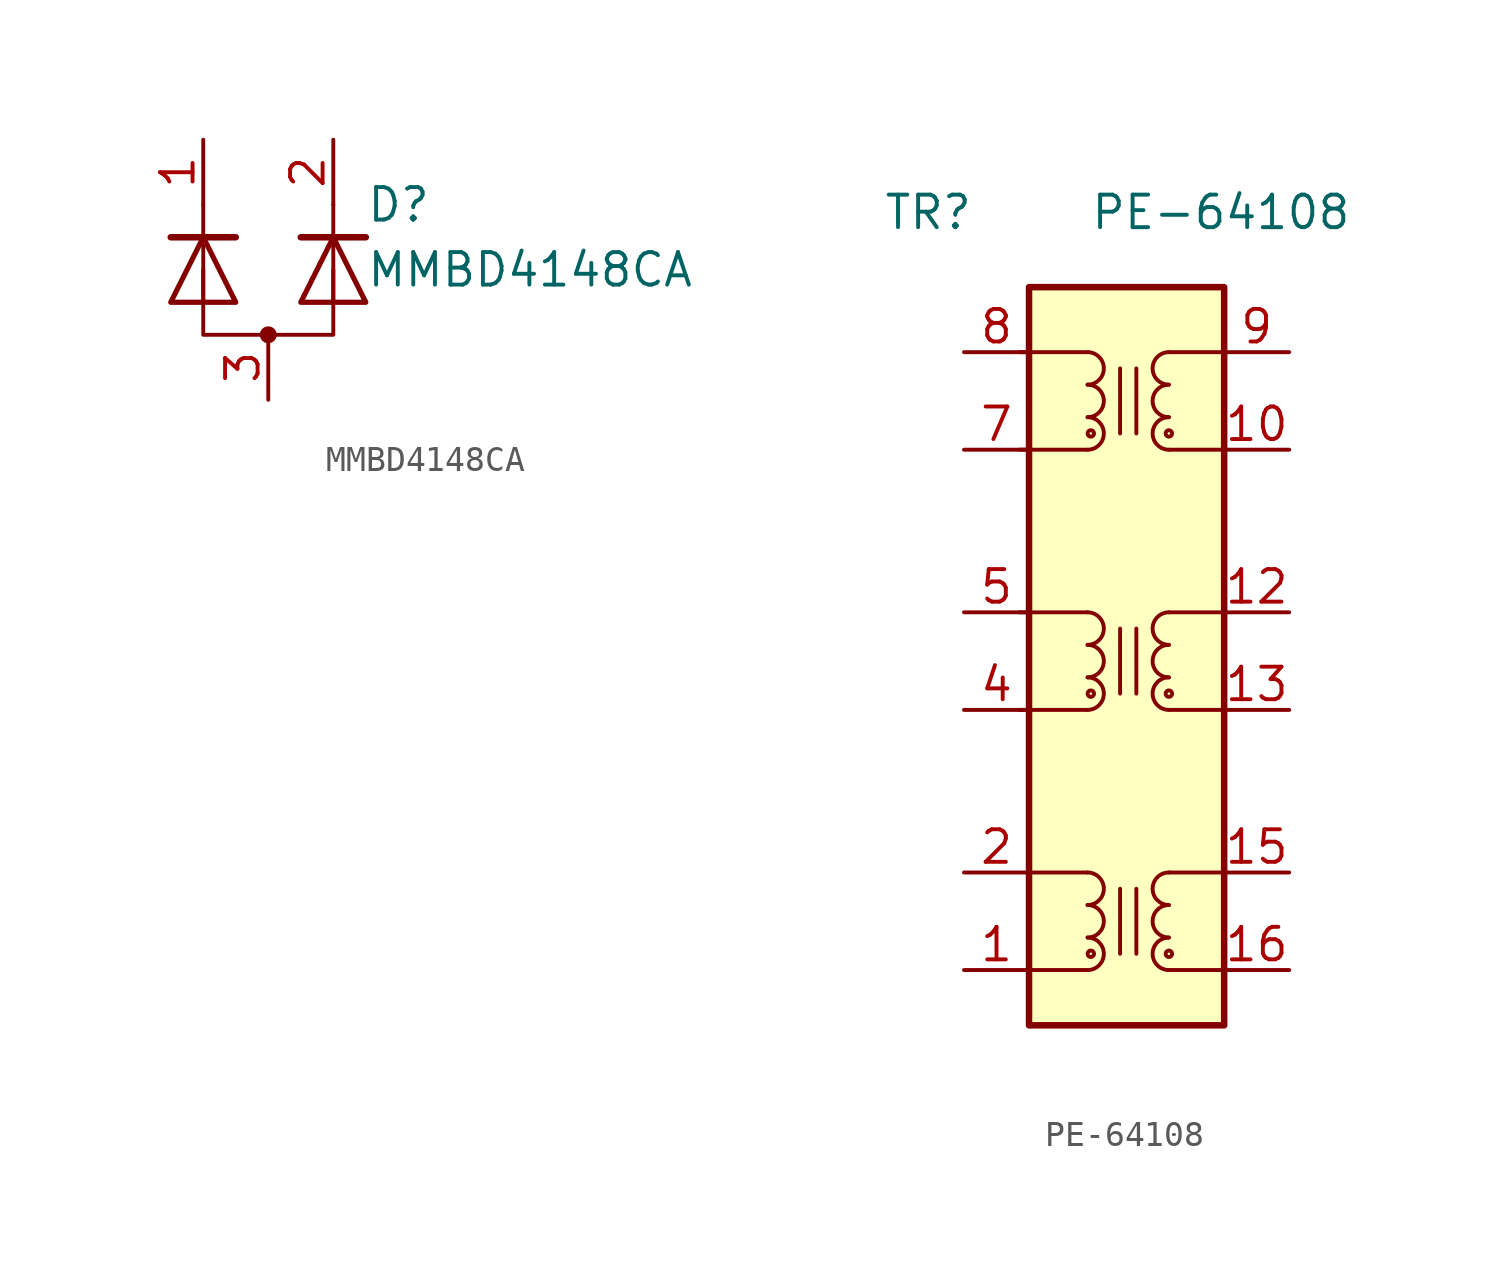
<source format=kicad_sym>
(kicad_symbol_lib
  (version 20220914)
  (generator kicad_symbol_editor)
  (symbol "MMBD4148CA"
    (pin_names
      (offset 1.016) hide)
    (property "Reference" "D"
      (at 3.81 2.54 0)
      (effects (font (size 1.27 1.27)) (justify left)))
    (property "Value" "MMBD4148CA"
      (at 3.81 0 0)
      (effects (font (size 1.27 1.27)) (justify left)))
    (symbol "MMBD4148CA_0_1"
      (circle (center 0 -2.54) (radius 0.254) (stroke (width 0) (type default)) (fill (type outline)))
      (polyline (pts (xy -2.54 -1.27) (xy -2.54 2.54)) (stroke (width 0) (type default)) (fill (type none)))
      (polyline (pts (xy 2.54 -1.27) (xy 2.54 2.54)) (stroke (width 0) (type default)) (fill (type none)))
      (polyline (pts (xy -3.81 1.27) (xy -1.27 1.27) (xy -1.27 1.27)) (stroke (width 0.254) (type default)) (fill (type none)))
      (polyline (pts (xy -2.54 0) (xy -2.54 -2.54) (xy 2.54 -2.54) (xy 2.54 0)) (stroke (width 0) (type default)) (fill (type none))))
    (symbol "MMBD4148CA_1_1"
      (polyline (pts (xy 3.81 1.27) (xy 1.27 1.27)) (stroke (width 0.254) (type default)) (fill (type none)))
      (polyline (pts (xy -3.81 -1.27) (xy -1.27 -1.27) (xy -2.54 1.27) (xy -3.81 -1.27)) (stroke (width 0.203) (type default)) (fill (type none)))
      (polyline (pts (xy 1.27 -1.27) (xy 3.81 -1.27) (xy 2.54 1.27) (xy 1.27 -1.27)) (stroke (width 0.203) (type default)) (fill (type none)))
      (pin passive line (at -2.54 5.08 270) (length 2.54) (name "K" (effects (font (size 1.27 1.27)))) (number "1" (effects (font (size 1.27 1.27)))))
      (pin passive line (at 2.54 5.08 270) (length 2.54) (name "K" (effects (font (size 1.27 1.27)))) (number "2" (effects (font (size 1.27 1.27)))))
      (pin passive line (at 0 -5.08 90) (length 2.54) (name "A" (effects (font (size 1.27 1.27)))) (number "3" (effects (font (size 1.27 1.27)))))))
  (symbol "PE-64108"
    (pin_names hide)
    (property "Reference" "TR"
      (at -7.747 16.891 0)
      (effects (font (size 1.27 1.27))))
    (property "Value" "PE-64108"
      (at 3.683 16.891 0)
      (effects (font (size 1.27 1.27))))
    (symbol "PE-64108_0_1"
      (rectangle (start -3.81 13.97) (end 3.81 -14.859) (stroke (width 0.254) (type default)) (fill (type background))))
    (symbol "PE-64108_1_1"
      (arc (start -1.524 -12.7) (mid -0.892 -12.065) (end -1.524 -11.43) (stroke (width 0) (type default)) (fill (type none)))
      (arc (start -1.524 -11.43) (mid -0.892 -10.795) (end -1.524 -10.16) (stroke (width 0) (type default)) (fill (type none)))
      (arc (start -1.524 -10.16) (mid -0.892 -9.525) (end -1.524 -8.89) (stroke (width 0) (type default)) (fill (type none)))
      (arc (start -1.524 -2.54) (mid -0.892 -1.905) (end -1.524 -1.27) (stroke (width 0) (type default)) (fill (type none)))
      (arc (start -1.524 -1.27) (mid -0.892 -0.635) (end -1.524 0) (stroke (width 0) (type default)) (fill (type none)))
      (arc (start -1.524 0) (mid -0.892 0.635) (end -1.524 1.27) (stroke (width 0) (type default)) (fill (type none)))
      (arc (start -1.524 7.62) (mid -0.892 8.255) (end -1.524 8.89) (stroke (width 0) (type default)) (fill (type none)))
      (arc (start -1.524 8.89) (mid -0.892 9.525) (end -1.524 10.16) (stroke (width 0) (type default)) (fill (type none)))
      (arc (start -1.524 10.16) (mid -0.892 10.795) (end -1.524 11.43) (stroke (width 0) (type default)) (fill (type none)))
      (circle (center -1.397 -12.065) (radius 0.127) (stroke (width 0) (type default)) (fill (type none)))
      (circle (center -1.397 -1.905) (radius 0.127) (stroke (width 0) (type default)) (fill (type none)))
      (circle (center -1.397 8.255) (radius 0.127) (stroke (width 0) (type default)) (fill (type none)))
      (polyline (pts (xy -4.191 -2.54) (xy -1.524 -2.54)) (stroke (width 0) (type default)) (fill (type none)))
      (polyline (pts (xy -4.191 1.27) (xy -1.524 1.27)) (stroke (width 0) (type default)) (fill (type none)))
      (polyline (pts (xy -4.191 7.62) (xy -1.524 7.62)) (stroke (width 0) (type default)) (fill (type none)))
      (polyline (pts (xy -4.191 11.43) (xy -1.524 11.43)) (stroke (width 0) (type default)) (fill (type none)))
      (polyline (pts (xy -3.81 -12.7) (xy -1.524 -12.7)) (stroke (width 0) (type default)) (fill (type none)))
      (polyline (pts (xy -3.81 -8.89) (xy -1.524 -8.89)) (stroke (width 0) (type default)) (fill (type none)))
      (polyline (pts (xy -0.254 -9.525) (xy -0.254 -12.065)) (stroke (width 0) (type default)) (fill (type none)))
      (polyline (pts (xy -0.254 0.635) (xy -0.254 -1.905)) (stroke (width 0) (type default)) (fill (type none)))
      (polyline (pts (xy -0.254 10.795) (xy -0.254 8.255)) (stroke (width 0) (type default)) (fill (type none)))
      (polyline (pts (xy 0.381 -9.525) (xy 0.381 -12.065)) (stroke (width 0) (type default)) (fill (type none)))
      (polyline (pts (xy 0.381 0.635) (xy 0.381 -1.905)) (stroke (width 0) (type default)) (fill (type none)))
      (polyline (pts (xy 0.381 10.795) (xy 0.381 8.255)) (stroke (width 0) (type default)) (fill (type none)))
      (polyline (pts (xy 3.81 -12.7) (xy 1.651 -12.7)) (stroke (width 0) (type default)) (fill (type none)))
      (polyline (pts (xy 3.81 -8.89) (xy 1.651 -8.89)) (stroke (width 0) (type default)) (fill (type none)))
      (polyline (pts (xy 3.81 -2.54) (xy 1.651 -2.54)) (stroke (width 0) (type default)) (fill (type none)))
      (polyline (pts (xy 3.81 1.27) (xy 1.651 1.27)) (stroke (width 0) (type default)) (fill (type none)))
      (polyline (pts (xy 3.81 7.62) (xy 1.651 7.62)) (stroke (width 0) (type default)) (fill (type none)))
      (polyline (pts (xy 3.81 11.43) (xy 1.651 11.43)) (stroke (width 0) (type default)) (fill (type none)))
      (circle (center 1.651 -12.065) (radius 0.127) (stroke (width 0) (type default)) (fill (type none)))
      (arc (start 1.651 -11.43) (mid 1.019 -12.065) (end 1.651 -12.7) (stroke (width 0) (type default)) (fill (type none)))
      (arc (start 1.651 -10.16) (mid 1.019 -10.795) (end 1.651 -11.43) (stroke (width 0) (type default)) (fill (type none)))
      (arc (start 1.651 -8.89) (mid 1.019 -9.525) (end 1.651 -10.16) (stroke (width 0) (type default)) (fill (type none)))
      (circle (center 1.651 -1.905) (radius 0.127) (stroke (width 0) (type default)) (fill (type none)))
      (arc (start 1.651 -1.27) (mid 1.019 -1.905) (end 1.651 -2.54) (stroke (width 0) (type default)) (fill (type none)))
      (arc (start 1.651 0) (mid 1.019 -0.635) (end 1.651 -1.27) (stroke (width 0) (type default)) (fill (type none)))
      (arc (start 1.651 1.27) (mid 1.019 0.635) (end 1.651 0) (stroke (width 0) (type default)) (fill (type none)))
      (circle (center 1.651 8.255) (radius 0.127) (stroke (width 0) (type default)) (fill (type none)))
      (arc (start 1.651 8.89) (mid 1.019 8.255) (end 1.651 7.62) (stroke (width 0) (type default)) (fill (type none)))
      (arc (start 1.651 10.16) (mid 1.019 9.525) (end 1.651 8.89) (stroke (width 0) (type default)) (fill (type none)))
      (arc (start 1.651 11.43) (mid 1.019 10.795) (end 1.651 10.16) (stroke (width 0) (type default)) (fill (type none)))
      (pin passive line (at -6.35 -12.7 0) (length 2.54) (name "MX1+" (effects (font (size 1.27 1.27)))) (number "1" (effects (font (size 1.27 1.27)))))
      (pin passive line (at 6.35 7.62 180) (length 2.54) (name "TD3+" (effects (font (size 1.27 1.27)))) (number "10" (effects (font (size 1.27 1.27)))))
      (pin no_connect line (at 6.35 5.08 180) (length 2.54) hide (name "NC" (effects (font (size 1.27 1.27)))) (number "11" (effects (font (size 1.27 1.27)))))
      (pin passive line (at 6.35 1.27 180) (length 2.54) (name "TD2-" (effects (font (size 1.27 1.27)))) (number "12" (effects (font (size 1.27 1.27)))))
      (pin passive line (at 6.35 -2.54 180) (length 2.54) (name "TD2+" (effects (font (size 1.27 1.27)))) (number "13" (effects (font (size 1.27 1.27)))))
      (pin no_connect line (at 6.35 -5.08 180) (length 2.54) hide (name "NC" (effects (font (size 1.27 1.27)))) (number "14" (effects (font (size 1.27 1.27)))))
      (pin passive line (at 6.35 -8.89 180) (length 2.54) (name "TD1-" (effects (font (size 1.27 1.27)))) (number "15" (effects (font (size 1.27 1.27)))))
      (pin passive line (at 6.35 -12.7 180) (length 2.54) (name "TD1+" (effects (font (size 1.27 1.27)))) (number "16" (effects (font (size 1.27 1.27)))))
      (pin passive line (at -6.35 -8.89 0) (length 2.54) (name "MX1-" (effects (font (size 1.27 1.27)))) (number "2" (effects (font (size 1.27 1.27)))))
      (pin no_connect line (at -6.35 -5.08 0) (length 2.54) hide (name "NC" (effects (font (size 1.27 1.27)))) (number "3" (effects (font (size 1.27 1.27)))))
      (pin passive line (at -6.35 -2.54 0) (length 2.54) (name "MX2+" (effects (font (size 1.27 1.27)))) (number "4" (effects (font (size 1.27 1.27)))))
      (pin passive line (at -6.35 1.27 0) (length 2.54) (name "MX2-" (effects (font (size 1.27 1.27)))) (number "5" (effects (font (size 1.27 1.27)))))
      (pin no_connect line (at -6.35 5.08 0) (length 2.54) hide (name "MCT4" (effects (font (size 1.27 1.27)))) (number "6" (effects (font (size 1.27 1.27)))))
      (pin passive line (at -6.35 7.62 0) (length 2.54) (name "MX3+" (effects (font (size 1.27 1.27)))) (number "7" (effects (font (size 1.27 1.27)))))
      (pin passive line (at -6.35 11.43 0) (length 2.54) (name "MX3-" (effects (font (size 1.27 1.27)))) (number "8" (effects (font (size 1.27 1.27)))))
      (pin passive line (at 6.35 11.43 180) (length 2.54) (name "TD3-" (effects (font (size 1.27 1.27)))) (number "9" (effects (font (size 1.27 1.27))))))))
</source>
